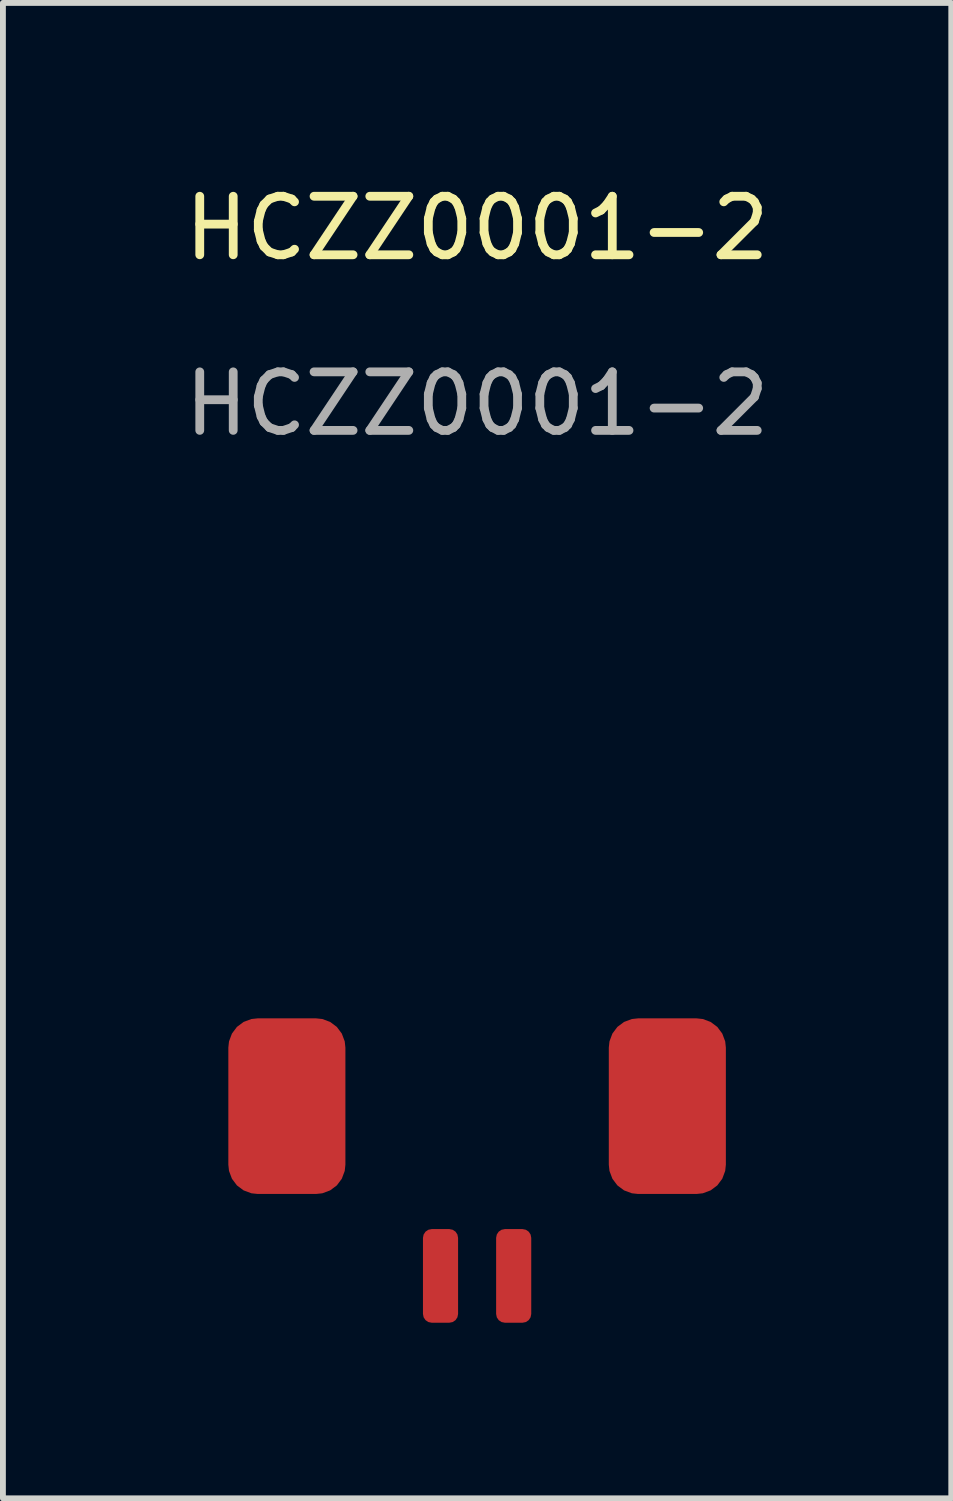
<source format=kicad_pcb>
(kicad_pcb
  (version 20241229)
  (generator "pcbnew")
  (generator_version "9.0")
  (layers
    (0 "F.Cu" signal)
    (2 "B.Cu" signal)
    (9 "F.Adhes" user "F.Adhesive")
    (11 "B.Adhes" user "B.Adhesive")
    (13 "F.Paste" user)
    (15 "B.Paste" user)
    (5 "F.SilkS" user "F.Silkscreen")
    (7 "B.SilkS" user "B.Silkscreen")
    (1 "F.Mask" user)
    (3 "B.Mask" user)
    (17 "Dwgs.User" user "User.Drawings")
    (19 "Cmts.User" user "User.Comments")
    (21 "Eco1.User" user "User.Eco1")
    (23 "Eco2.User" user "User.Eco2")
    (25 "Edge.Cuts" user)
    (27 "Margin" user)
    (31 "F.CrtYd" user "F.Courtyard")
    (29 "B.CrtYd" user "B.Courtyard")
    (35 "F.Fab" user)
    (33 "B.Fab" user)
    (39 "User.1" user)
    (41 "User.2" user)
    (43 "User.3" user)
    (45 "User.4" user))
  (footprint "HCZZ0001-2"
    (layer "F.Cu")
    (at 5.101 15.848)
    (property "Reference" "HCZZ0001-2" (at 0 -15 0) (unlocked yes) (layer "F.SilkS") (effects (font (size 1 1) (thickness 0.15))))
    (attr smd)
    (fp_text user "${REFERENCE}" (at 0 -12 0) (unlocked yes) (layer "F.Fab") (effects (font (size 1 1) (thickness 0.15))))
    (pad "1" smd roundrect (at 0.625 2.9) (size 0.6 1.6) (layers "F.Cu" "F.Mask" "F.Paste") (roundrect_rratio 0.25))
    (pad "2" smd roundrect (at -0.625 2.9) (size 0.6 1.6) (layers "F.Cu" "F.Mask" "F.Paste") (roundrect_rratio 0.25))
    (pad "S" smd roundrect (at -3.25 0) (size 2 3) (layers "F.Cu" "F.Mask" "F.Paste") (roundrect_rratio 0.25))
    (pad "S" smd roundrect (at 3.25 0) (size 2 3) (layers "F.Cu" "F.Mask" "F.Paste") (roundrect_rratio 0.25)))
  (gr_rect
    (start -3 -3)
    (end 13.202 22.548)
    (stroke (width 0.1) (type default))
    (fill no)
    (layer "Edge.Cuts")))
</source>
